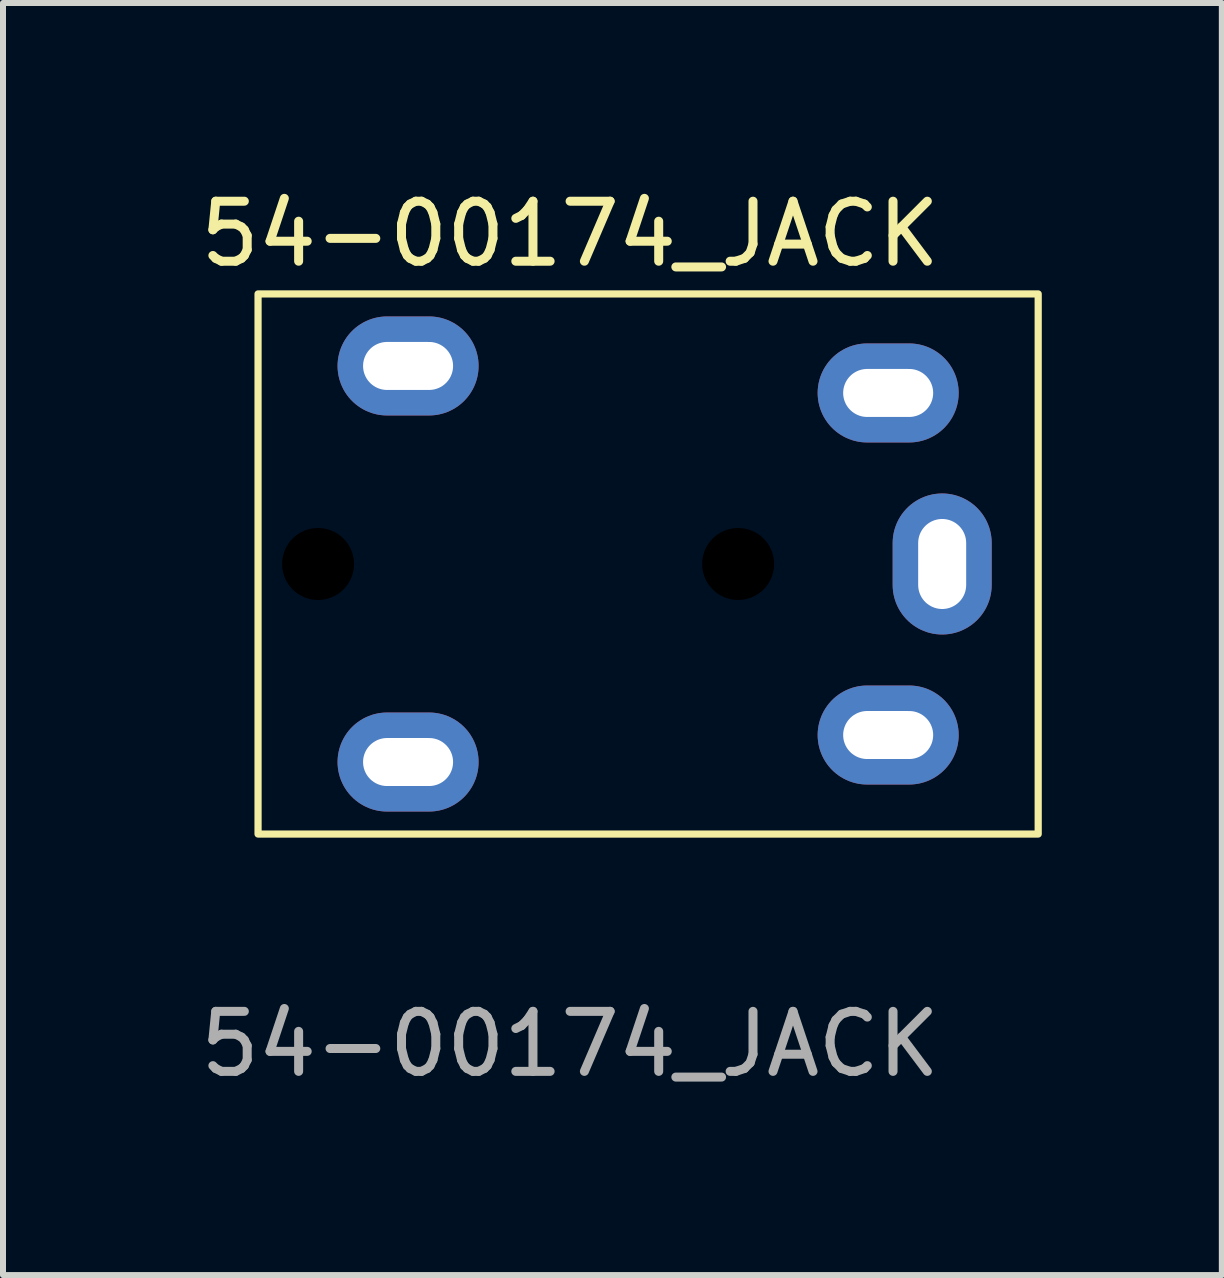
<source format=kicad_pcb>
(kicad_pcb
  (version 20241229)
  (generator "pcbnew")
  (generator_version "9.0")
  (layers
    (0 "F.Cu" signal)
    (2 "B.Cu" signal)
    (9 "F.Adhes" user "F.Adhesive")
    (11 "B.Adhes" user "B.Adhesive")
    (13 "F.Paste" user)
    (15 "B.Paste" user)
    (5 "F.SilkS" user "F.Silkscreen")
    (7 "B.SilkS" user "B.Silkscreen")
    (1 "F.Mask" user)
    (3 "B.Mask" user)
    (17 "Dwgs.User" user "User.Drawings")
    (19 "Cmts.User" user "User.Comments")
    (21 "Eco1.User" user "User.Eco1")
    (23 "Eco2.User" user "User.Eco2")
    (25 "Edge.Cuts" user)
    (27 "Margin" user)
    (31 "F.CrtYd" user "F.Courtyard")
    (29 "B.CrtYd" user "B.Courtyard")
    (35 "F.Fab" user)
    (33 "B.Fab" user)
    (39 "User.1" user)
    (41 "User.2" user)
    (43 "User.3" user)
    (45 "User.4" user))
  (footprint "54-00174_JACK"
    (layer "F.Cu")
    (at 0.25 2.848)
    (property "Reference" "54-00174_JACK" (at 6.2 -2 0) (unlocked yes) (layer "F.SilkS") (effects (font (size 1 1) (thickness 0.15))))
    (attr through_hole)
    (fp_rect (start 1 -1) (end 14 8) (stroke (width 0.12) (type solid)) (fill no) (layer "F.SilkS"))
    (fp_text user "${REFERENCE}" (at 6.2 11.5 0) (unlocked yes) (layer "F.Fab") (effects (font (size 1 1) (thickness 0.15))))
    (pad "" np_thru_hole circle (at 2 3.5) (size 1.2 1.2) (drill 1.2) (layers "*.Mask"))
    (pad "" np_thru_hole circle (at 9 3.5) (size 1.2 1.2) (drill 1.2) (layers "*.Mask"))
    (pad "1" thru_hole oval (at 12.4 3.5 90) (size 2.35 1.65) (drill oval 1.5 0.8) (layers "*.Cu" "*.Mask"))
    (pad "2" thru_hole oval (at 11.5 0.65 180) (size 2.35 1.65) (drill oval 1.5 0.8) (layers "*.Cu" "*.Mask"))
    (pad "3" thru_hole oval (at 11.5 6.35 180) (size 2.35 1.65) (drill oval 1.5 0.8) (layers "*.Cu" "*.Mask"))
    (pad "4" thru_hole oval (at 3.5 0.2 180) (size 2.35 1.65) (drill oval 1.5 0.8) (layers "*.Cu" "*.Mask"))
    (pad "4" thru_hole oval (at 3.5 6.8 180) (size 2.35 1.65) (drill oval 1.5 0.8) (layers "*.Cu" "*.Mask")))
  (gr_rect
    (start -3 -3)
    (end 17.31 18.197)
    (stroke (width 0.1) (type default))
    (fill no)
    (layer "Edge.Cuts")))
</source>
